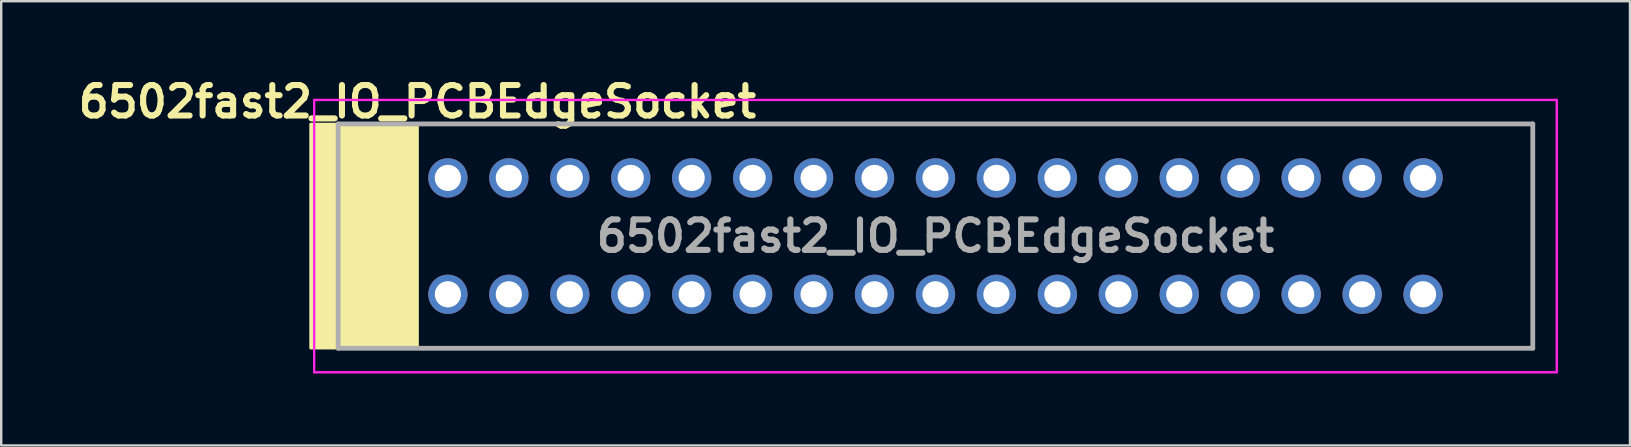
<source format=kicad_pcb>
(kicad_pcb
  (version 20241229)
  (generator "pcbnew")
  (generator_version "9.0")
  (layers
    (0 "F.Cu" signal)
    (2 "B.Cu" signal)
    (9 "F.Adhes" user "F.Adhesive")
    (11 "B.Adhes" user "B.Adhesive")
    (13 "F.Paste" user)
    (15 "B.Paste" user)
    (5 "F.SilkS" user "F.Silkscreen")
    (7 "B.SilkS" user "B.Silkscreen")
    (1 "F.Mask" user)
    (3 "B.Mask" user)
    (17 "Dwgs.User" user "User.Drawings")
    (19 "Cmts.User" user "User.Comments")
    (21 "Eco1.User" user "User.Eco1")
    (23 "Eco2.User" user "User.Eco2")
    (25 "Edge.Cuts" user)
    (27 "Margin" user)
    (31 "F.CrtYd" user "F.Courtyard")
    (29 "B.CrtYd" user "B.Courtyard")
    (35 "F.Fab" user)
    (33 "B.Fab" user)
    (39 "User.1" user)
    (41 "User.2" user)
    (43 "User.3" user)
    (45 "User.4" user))
  (footprint "6502fast2_IO_PCBEdgeSocket"
    (layer "F.Cu")
    (at 15.615 4.364)
    (property "Reference" "6502fast2_IO_PCBEdgeSocket" (at -1.27 -3.175 0) (layer "F.SilkS") (effects (font (size 1.27 1.27) (thickness 0.254))))
    (attr through_hole)
    (fp_line (start -4.572 -2.249) (end 45.212 -2.249) (stroke (width 0.1) (type solid)) (layer "F.SilkS"))
    (fp_line (start -4.572 7.099) (end -4.572 -2.249) (stroke (width 0.1) (type solid)) (layer "F.SilkS"))
    (fp_line (start 45.212 -2.249) (end 45.212 7.099) (stroke (width 0.1) (type solid)) (layer "F.SilkS"))
    (fp_line (start 45.212 7.099) (end -4.572 7.099) (stroke (width 0.1) (type solid)) (layer "F.SilkS"))
    (fp_rect (start -5.715 -2.239) (end -1.27 7.089) (stroke (width 0.12) (type solid)) (fill yes) (layer "F.SilkS"))
    (fp_line (start -5.572 -3.249) (end 46.212 -3.249) (stroke (width 0.1) (type solid)) (layer "F.CrtYd"))
    (fp_line (start -5.572 8.099) (end -5.572 -3.249) (stroke (width 0.1) (type solid)) (layer "F.CrtYd"))
    (fp_line (start 46.212 -3.249) (end 46.212 8.099) (stroke (width 0.1) (type solid)) (layer "F.CrtYd"))
    (fp_line (start 46.212 8.099) (end -5.572 8.099) (stroke (width 0.1) (type solid)) (layer "F.CrtYd"))
    (fp_line (start -4.572 -2.249) (end 45.212 -2.249) (stroke (width 0.2) (type solid)) (layer "F.Fab"))
    (fp_line (start -4.572 7.099) (end -4.572 -2.249) (stroke (width 0.2) (type solid)) (layer "F.Fab"))
    (fp_line (start 45.212 -2.249) (end 45.212 7.099) (stroke (width 0.2) (type solid)) (layer "F.Fab"))
    (fp_line (start 45.212 7.099) (end -4.572 7.099) (stroke (width 0.2) (type solid)) (layer "F.Fab"))
    (fp_text user "${REFERENCE}" (at 20.32 2.425 0) (layer "F.Fab") (effects (font (size 1.27 1.27) (thickness 0.254))))
    (pad "1" thru_hole circle (at 0 0) (size 1.638 1.638) (drill 1.092) (layers "*.Cu" "*.Mask"))
    (pad "2" thru_hole circle (at 0 4.851) (size 1.638 1.638) (drill 1.092) (layers "*.Cu" "*.Mask"))
    (pad "3" thru_hole circle (at 2.54 0) (size 1.638 1.638) (drill 1.092) (layers "*.Cu" "*.Mask"))
    (pad "4" thru_hole circle (at 2.54 4.851) (size 1.638 1.638) (drill 1.092) (layers "*.Cu" "*.Mask"))
    (pad "5" thru_hole circle (at 5.08 0) (size 1.638 1.638) (drill 1.092) (layers "*.Cu" "*.Mask"))
    (pad "6" thru_hole circle (at 5.08 4.851) (size 1.638 1.638) (drill 1.092) (layers "*.Cu" "*.Mask"))
    (pad "7" thru_hole circle (at 7.62 0) (size 1.638 1.638) (drill 1.092) (layers "*.Cu" "*.Mask"))
    (pad "8" thru_hole circle (at 7.62 4.851) (size 1.638 1.638) (drill 1.092) (layers "*.Cu" "*.Mask"))
    (pad "9" thru_hole circle (at 10.16 0) (size 1.638 1.638) (drill 1.092) (layers "*.Cu" "*.Mask"))
    (pad "10" thru_hole circle (at 10.16 4.851) (size 1.638 1.638) (drill 1.092) (layers "*.Cu" "*.Mask"))
    (pad "11" thru_hole circle (at 12.7 0) (size 1.638 1.638) (drill 1.092) (layers "*.Cu" "*.Mask"))
    (pad "12" thru_hole circle (at 12.7 4.851) (size 1.638 1.638) (drill 1.092) (layers "*.Cu" "*.Mask"))
    (pad "13" thru_hole circle (at 15.24 0) (size 1.638 1.638) (drill 1.092) (layers "*.Cu" "*.Mask"))
    (pad "14" thru_hole circle (at 15.24 4.851) (size 1.638 1.638) (drill 1.092) (layers "*.Cu" "*.Mask"))
    (pad "15" thru_hole circle (at 17.78 0) (size 1.638 1.638) (drill 1.092) (layers "*.Cu" "*.Mask"))
    (pad "16" thru_hole circle (at 17.78 4.851) (size 1.638 1.638) (drill 1.092) (layers "*.Cu" "*.Mask"))
    (pad "17" thru_hole circle (at 20.32 0) (size 1.638 1.638) (drill 1.092) (layers "*.Cu" "*.Mask"))
    (pad "18" thru_hole circle (at 20.32 4.851) (size 1.638 1.638) (drill 1.092) (layers "*.Cu" "*.Mask"))
    (pad "19" thru_hole circle (at 22.86 0) (size 1.638 1.638) (drill 1.092) (layers "*.Cu" "*.Mask"))
    (pad "20" thru_hole circle (at 22.86 4.851) (size 1.638 1.638) (drill 1.092) (layers "*.Cu" "*.Mask"))
    (pad "21" thru_hole circle (at 25.4 0) (size 1.638 1.638) (drill 1.092) (layers "*.Cu" "*.Mask"))
    (pad "22" thru_hole circle (at 25.4 4.851) (size 1.638 1.638) (drill 1.092) (layers "*.Cu" "*.Mask"))
    (pad "23" thru_hole circle (at 27.94 0) (size 1.638 1.638) (drill 1.092) (layers "*.Cu" "*.Mask"))
    (pad "24" thru_hole circle (at 27.94 4.851) (size 1.638 1.638) (drill 1.092) (layers "*.Cu" "*.Mask"))
    (pad "25" thru_hole circle (at 30.48 0) (size 1.638 1.638) (drill 1.092) (layers "*.Cu" "*.Mask"))
    (pad "26" thru_hole circle (at 30.48 4.851) (size 1.638 1.638) (drill 1.092) (layers "*.Cu" "*.Mask"))
    (pad "27" thru_hole circle (at 33.02 0) (size 1.638 1.638) (drill 1.092) (layers "*.Cu" "*.Mask"))
    (pad "28" thru_hole circle (at 33.02 4.851) (size 1.638 1.638) (drill 1.092) (layers "*.Cu" "*.Mask"))
    (pad "29" thru_hole circle (at 35.56 0) (size 1.638 1.638) (drill 1.092) (layers "*.Cu" "*.Mask"))
    (pad "30" thru_hole circle (at 35.56 4.851) (size 1.638 1.638) (drill 1.092) (layers "*.Cu" "*.Mask"))
    (pad "31" thru_hole circle (at 38.1 0) (size 1.638 1.638) (drill 1.092) (layers "*.Cu" "*.Mask"))
    (pad "32" thru_hole circle (at 38.1 4.851) (size 1.638 1.638) (drill 1.092) (layers "*.Cu" "*.Mask"))
    (pad "33" thru_hole circle (at 40.64 0) (size 1.638 1.638) (drill 1.092) (layers "*.Cu" "*.Mask"))
    (pad "33" thru_hole circle (at 40.64 4.851) (size 1.638 1.638) (drill 1.092) (layers "*.Cu" "*.Mask")))
  (gr_rect
    (start -3 -3)
    (end 64.877 15.513)
    (stroke (width 0.1) (type default))
    (fill no)
    (layer "Edge.Cuts")))
</source>
